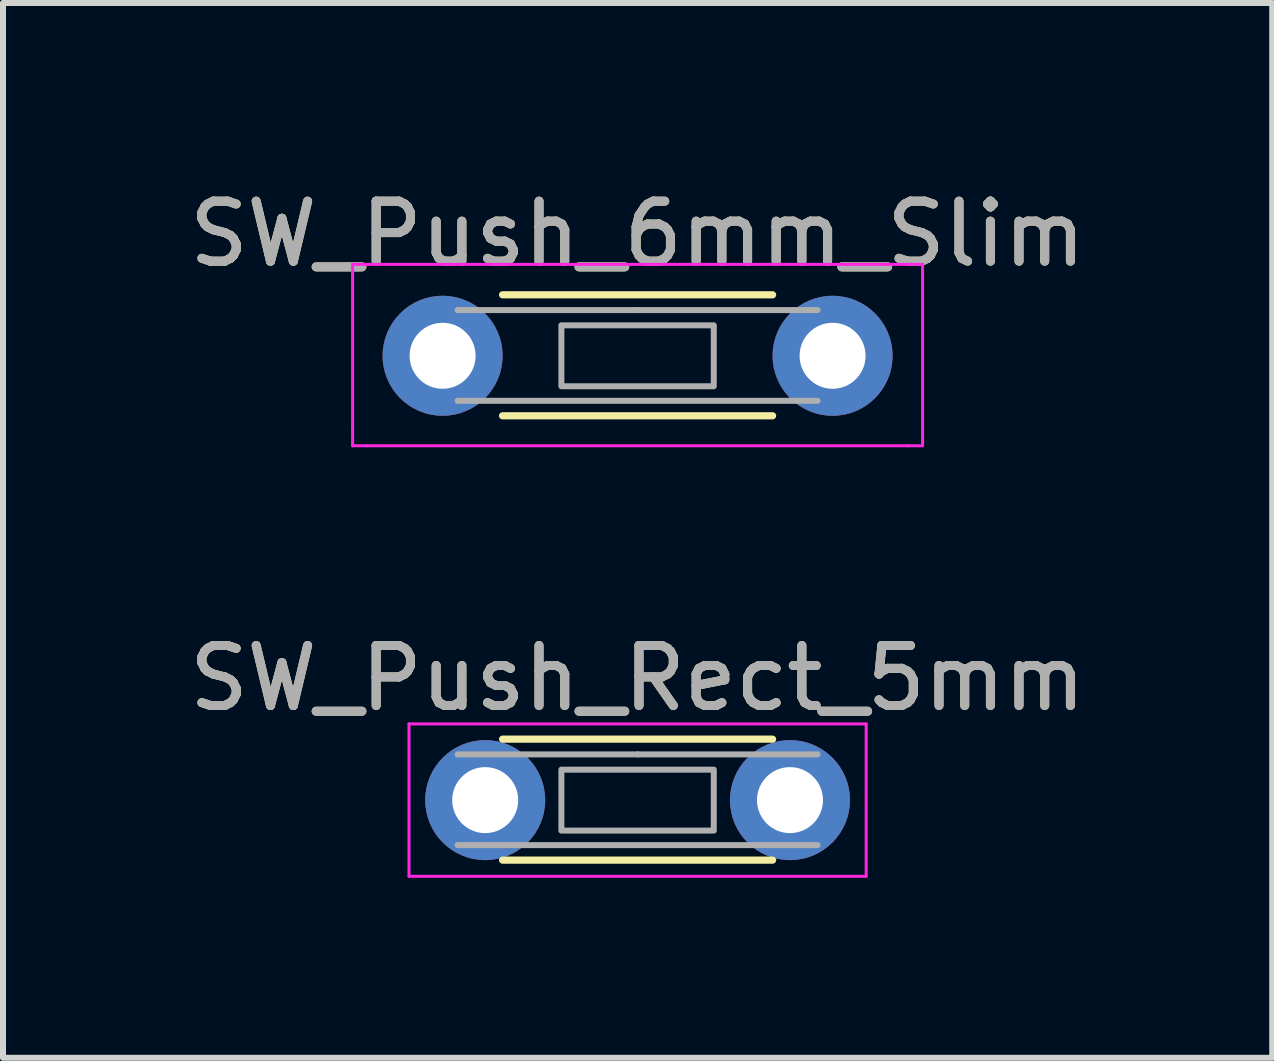
<source format=kicad_pcb>
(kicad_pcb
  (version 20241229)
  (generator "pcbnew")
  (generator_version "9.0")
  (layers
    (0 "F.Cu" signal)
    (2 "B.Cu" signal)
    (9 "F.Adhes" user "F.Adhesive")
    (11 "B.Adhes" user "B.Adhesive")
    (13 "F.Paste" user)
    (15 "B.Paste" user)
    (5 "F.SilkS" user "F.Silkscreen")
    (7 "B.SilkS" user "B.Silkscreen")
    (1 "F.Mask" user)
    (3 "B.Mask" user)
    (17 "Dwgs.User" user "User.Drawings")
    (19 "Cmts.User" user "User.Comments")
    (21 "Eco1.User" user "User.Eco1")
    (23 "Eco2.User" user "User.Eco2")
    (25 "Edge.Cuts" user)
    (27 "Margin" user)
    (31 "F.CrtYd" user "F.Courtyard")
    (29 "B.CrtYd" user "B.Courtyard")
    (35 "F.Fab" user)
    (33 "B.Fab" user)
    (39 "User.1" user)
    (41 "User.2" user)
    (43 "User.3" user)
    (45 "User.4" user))
  (footprint "SW_Push_6mm_Slim"
    (layer "F.Cu")
    (at 7.577 2.88)
    (property "Reference" "SW_Push_6mm_Slim" (at 0 -2.032 0) (unlocked yes) (layer "F.SilkS") (effects (font (size 1 1) (thickness 0.15))))
    (attr through_hole)
    (fp_line (start -2.25 1) (end 2.25 1) (stroke (width 0.12) (type solid)) (layer "F.SilkS"))
    (fp_line (start 2.25 -1.016) (end -2.25 -1.016) (stroke (width 0.12) (type solid)) (layer "F.SilkS"))
    (fp_line (start -4.75 -1.524) (end -4.5 -1.524) (stroke (width 0.05) (type solid)) (layer "F.CrtYd"))
    (fp_line (start -4.75 -1.274) (end -4.75 -1.524) (stroke (width 0.05) (type solid)) (layer "F.CrtYd"))
    (fp_line (start -4.75 1.25) (end -4.75 -1.274) (stroke (width 0.05) (type solid)) (layer "F.CrtYd"))
    (fp_line (start -4.75 1.25) (end -4.75 1.5) (stroke (width 0.05) (type solid)) (layer "F.CrtYd"))
    (fp_line (start -4.75 1.5) (end -4.5 1.5) (stroke (width 0.05) (type solid)) (layer "F.CrtYd"))
    (fp_line (start -4.5 -1.524) (end 4.5 -1.524) (stroke (width 0.05) (type solid)) (layer "F.CrtYd"))
    (fp_line (start 4.5 -1.524) (end 4.75 -1.524) (stroke (width 0.05) (type solid)) (layer "F.CrtYd"))
    (fp_line (start 4.5 1.5) (end -4.5 1.5) (stroke (width 0.05) (type solid)) (layer "F.CrtYd"))
    (fp_line (start 4.5 1.5) (end 4.75 1.5) (stroke (width 0.05) (type solid)) (layer "F.CrtYd"))
    (fp_line (start 4.75 -1.524) (end 4.75 -1.274) (stroke (width 0.05) (type solid)) (layer "F.CrtYd"))
    (fp_line (start 4.75 -1.274) (end 4.75 1.25) (stroke (width 0.05) (type solid)) (layer "F.CrtYd"))
    (fp_line (start 4.75 1.5) (end 4.75 1.25) (stroke (width 0.05) (type solid)) (layer "F.CrtYd"))
    (fp_line (start -3 -0.762) (end 0 -0.762) (stroke (width 0.1) (type solid)) (layer "F.Fab"))
    (fp_line (start 0 -0.762) (end 3 -0.762) (stroke (width 0.1) (type solid)) (layer "F.Fab"))
    (fp_line (start 3 0.75) (end -3 0.75) (stroke (width 0.1) (type solid)) (layer "F.Fab"))
    (fp_rect (start -1.27 -0.508) (end 1.27 0.508) (stroke (width 0.1) (type solid)) (fill no) (layer "F.Fab"))
    (fp_text user "${REFERENCE}" (at 0 -2.032 0) (layer "F.Fab") (effects (font (size 1 1) (thickness 0.15))))
    (pad "1" thru_hole circle (at -3.25 0 90) (size 2 2) (drill 1.1) (layers "*.Cu" "*.Mask"))
    (pad "2" thru_hole circle (at 3.25 0 90) (size 2 2) (drill 1.1) (layers "*.Cu" "*.Mask")))
  (footprint "SW_Push_Rect_5mm"
    (layer "F.Cu")
    (at 7.577 10.286)
    (property "Reference" "SW_Push_Rect_5mm" (at 0 -2.032 0) (unlocked yes) (layer "F.SilkS") (effects (font (size 1 1) (thickness 0.15))))
    (attr through_hole)
    (fp_line (start -2.25 1) (end 2.25 1) (stroke (width 0.12) (type solid)) (layer "F.SilkS"))
    (fp_line (start 2.25 -1.016) (end -2.25 -1.016) (stroke (width 0.12) (type solid)) (layer "F.SilkS"))
    (fp_line (start -3.81 -1.27) (end 3.81 -1.27) (stroke (width 0.05) (type solid)) (layer "F.CrtYd"))
    (fp_line (start -3.81 1.27) (end -3.81 -1.27) (stroke (width 0.05) (type solid)) (layer "F.CrtYd"))
    (fp_line (start 3.81 -1.27) (end 3.81 1.27) (stroke (width 0.05) (type solid)) (layer "F.CrtYd"))
    (fp_line (start 3.81 1.27) (end -3.81 1.27) (stroke (width 0.05) (type solid)) (layer "F.CrtYd"))
    (fp_line (start -3 -0.762) (end 0 -0.762) (stroke (width 0.1) (type solid)) (layer "F.Fab"))
    (fp_line (start 0 -0.762) (end 3 -0.762) (stroke (width 0.1) (type solid)) (layer "F.Fab"))
    (fp_line (start 3 0.75) (end -3 0.75) (stroke (width 0.1) (type solid)) (layer "F.Fab"))
    (fp_rect (start -1.27 -0.508) (end 1.27 0.508) (stroke (width 0.1) (type solid)) (fill no) (layer "F.Fab"))
    (fp_text user "${REFERENCE}" (at 0 -2.032 0) (layer "F.Fab") (effects (font (size 1 1) (thickness 0.15))))
    (pad "1" thru_hole circle (at -2.54 0 90) (size 2 2) (drill 1.1) (layers "*.Cu" "*.Mask"))
    (pad "2" thru_hole circle (at 2.54 0 90) (size 2 2) (drill 1.1) (layers "*.Cu" "*.Mask")))
  (gr_rect
    (start -3 -3)
    (end 18.155 14.581)
    (stroke (width 0.1) (type default))
    (fill no)
    (layer "Edge.Cuts")))
</source>
